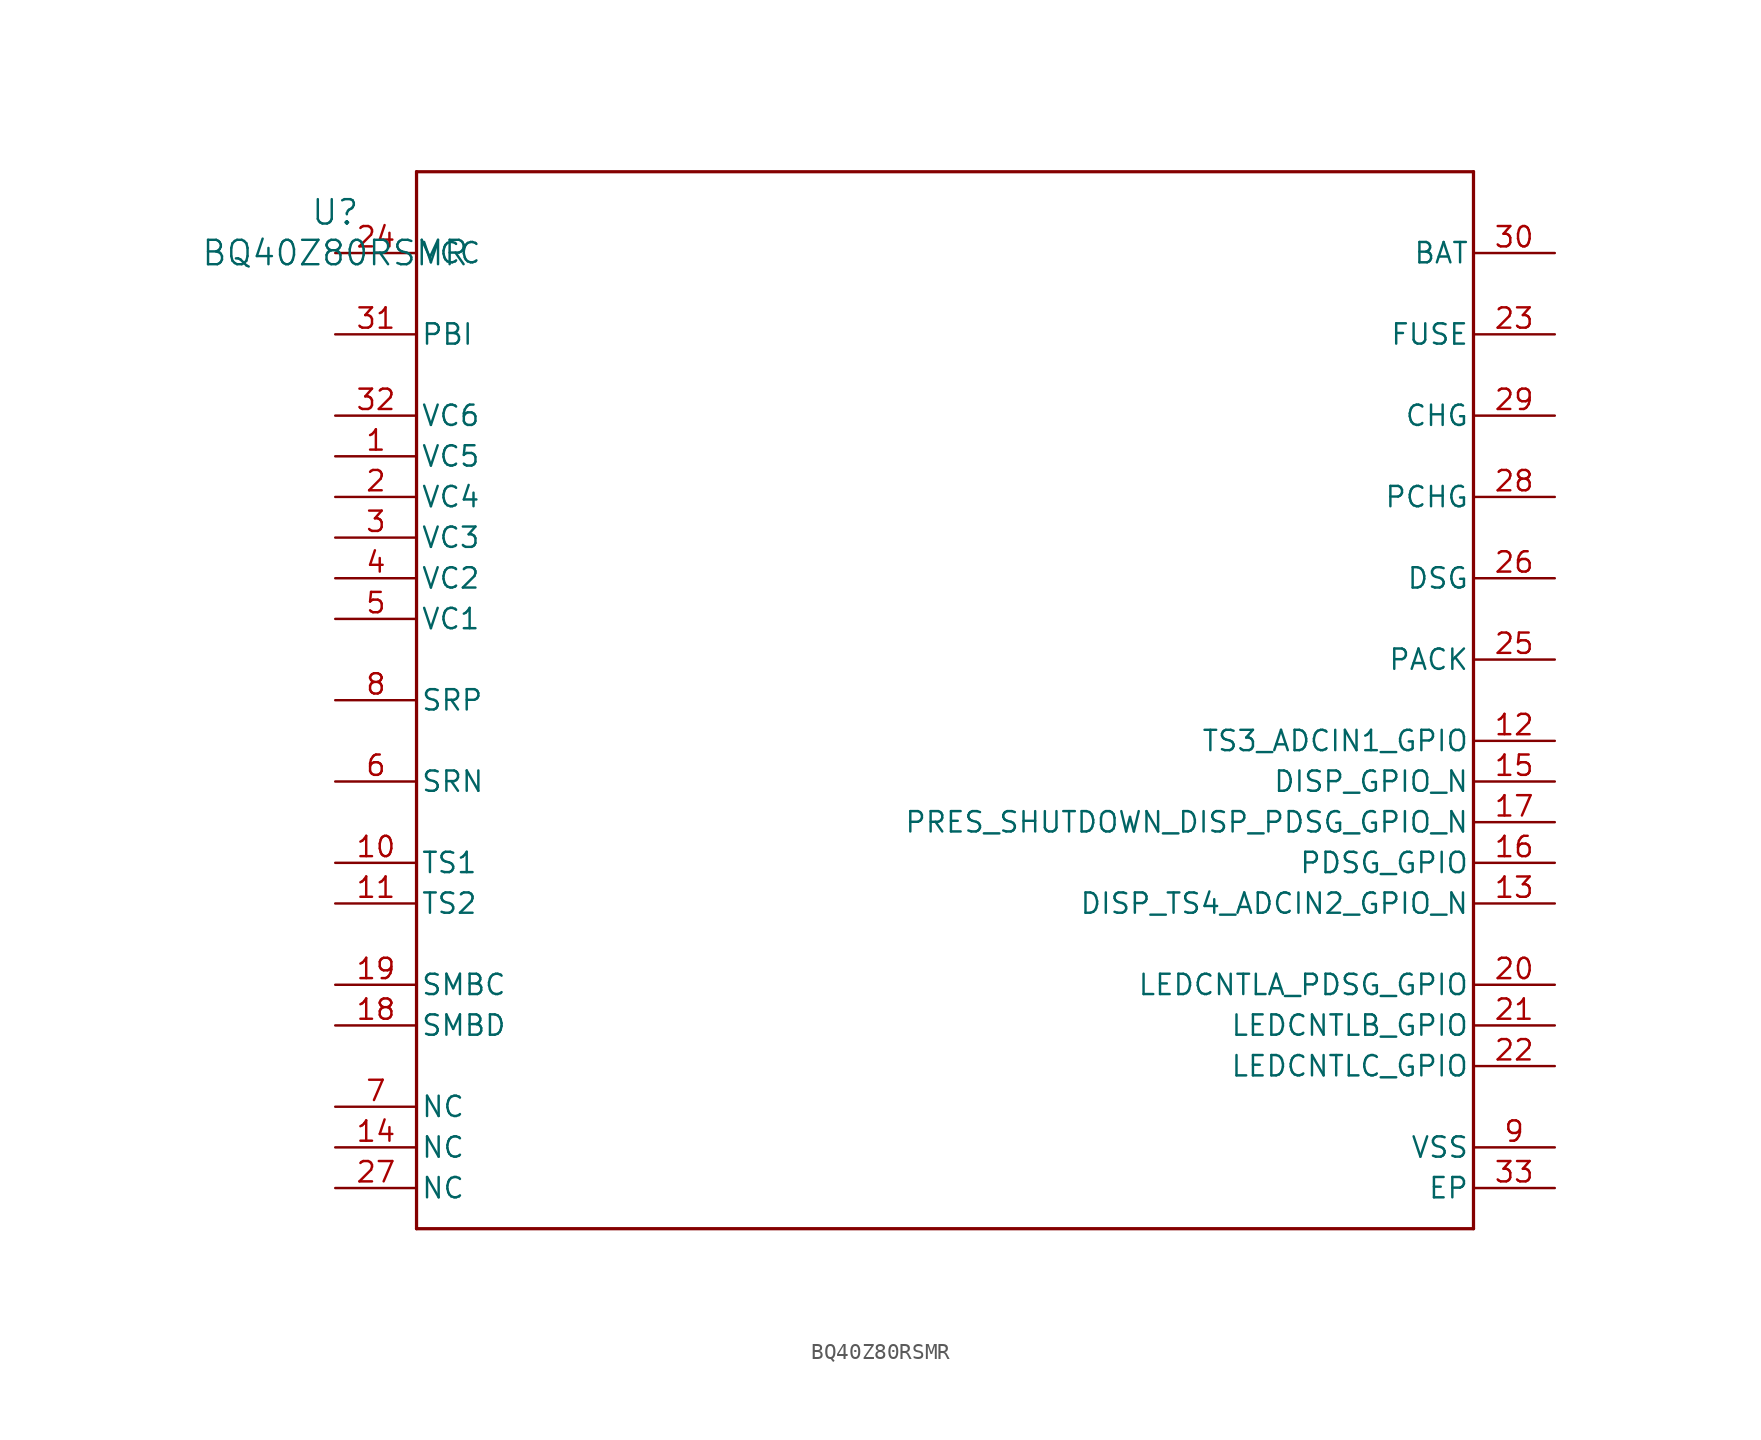
<source format=kicad_sym>
(kicad_symbol_lib
  (version 20241209)
  (generator "kicad_symbol_editor")
  (generator_version "9.0")
  (symbol "BQ40Z80RSMR"
    (pin_names
      (offset 0.254))
    (property "Reference" "U"
      (at 0 2.54 0)
      (effects (font (size 1.524 1.524))))
    (property "Value" "BQ40Z80RSMR"
      (at 0 0 0)
      (effects (font (size 1.524 1.524))))
    (symbol "BQ40Z80RSMR_0_1"
      (polyline (pts (xy 5.08 5.08) (xy 5.08 -60.96)) (stroke (width 0.203) (type default)) (fill (type none)))
      (polyline (pts (xy 5.08 -60.96) (xy 71.12 -60.96)) (stroke (width 0.203) (type default)) (fill (type none)))
      (polyline (pts (xy 71.12 5.08) (xy 5.08 5.08)) (stroke (width 0.203) (type default)) (fill (type none)))
      (polyline (pts (xy 71.12 -60.96) (xy 71.12 5.08)) (stroke (width 0.203) (type default)) (fill (type none)))
      (pin power_in line (at 0 0 0) (length 5.08) (name "VCC" (effects (font (size 1.27 1.27)))) (number "24" (effects (font (size 1.27 1.27)))))
      (pin power_in line (at 0 -5.08 0) (length 5.08) (name "PBI" (effects (font (size 1.27 1.27)))) (number "31" (effects (font (size 1.27 1.27)))))
      (pin unspecified line (at 0 -10.16 0) (length 5.08) (name "VC6" (effects (font (size 1.27 1.27)))) (number "32" (effects (font (size 1.27 1.27)))))
      (pin unspecified line (at 0 -12.7 0) (length 5.08) (name "VC5" (effects (font (size 1.27 1.27)))) (number "1" (effects (font (size 1.27 1.27)))))
      (pin unspecified line (at 0 -15.24 0) (length 5.08) (name "VC4" (effects (font (size 1.27 1.27)))) (number "2" (effects (font (size 1.27 1.27)))))
      (pin unspecified line (at 0 -17.78 0) (length 5.08) (name "VC3" (effects (font (size 1.27 1.27)))) (number "3" (effects (font (size 1.27 1.27)))))
      (pin unspecified line (at 0 -20.32 0) (length 5.08) (name "VC2" (effects (font (size 1.27 1.27)))) (number "4" (effects (font (size 1.27 1.27)))))
      (pin unspecified line (at 0 -22.86 0) (length 5.08) (name "VC1" (effects (font (size 1.27 1.27)))) (number "5" (effects (font (size 1.27 1.27)))))
      (pin unspecified line (at 0 -27.94 0) (length 5.08) (name "SRP" (effects (font (size 1.27 1.27)))) (number "8" (effects (font (size 1.27 1.27)))))
      (pin unspecified line (at 0 -33.02 0) (length 5.08) (name "SRN" (effects (font (size 1.27 1.27)))) (number "6" (effects (font (size 1.27 1.27)))))
      (pin unspecified line (at 0 -38.1 0) (length 5.08) (name "TS1" (effects (font (size 1.27 1.27)))) (number "10" (effects (font (size 1.27 1.27)))))
      (pin unspecified line (at 0 -40.64 0) (length 5.08) (name "TS2" (effects (font (size 1.27 1.27)))) (number "11" (effects (font (size 1.27 1.27)))))
      (pin bidirectional line (at 0 -45.72 0) (length 5.08) (name "SMBC" (effects (font (size 1.27 1.27)))) (number "19" (effects (font (size 1.27 1.27)))))
      (pin bidirectional line (at 0 -48.26 0) (length 5.08) (name "SMBD" (effects (font (size 1.27 1.27)))) (number "18" (effects (font (size 1.27 1.27)))))
      (pin unspecified line (at 0 -53.34 0) (length 5.08) (name "NC" (effects (font (size 1.27 1.27)))) (number "7" (effects (font (size 1.27 1.27)))))
      (pin unspecified line (at 0 -55.88 0) (length 5.08) (name "NC" (effects (font (size 1.27 1.27)))) (number "14" (effects (font (size 1.27 1.27)))))
      (pin unspecified line (at 0 -58.42 0) (length 5.08) (name "NC" (effects (font (size 1.27 1.27)))) (number "27" (effects (font (size 1.27 1.27)))))
      (pin power_in line (at 76.2 0 180) (length 5.08) (name "BAT" (effects (font (size 1.27 1.27)))) (number "30" (effects (font (size 1.27 1.27)))))
      (pin unspecified line (at 76.2 -5.08 180) (length 5.08) (name "FUSE" (effects (font (size 1.27 1.27)))) (number "23" (effects (font (size 1.27 1.27)))))
      (pin unspecified line (at 76.2 -10.16 180) (length 5.08) (name "CHG" (effects (font (size 1.27 1.27)))) (number "29" (effects (font (size 1.27 1.27)))))
      (pin unspecified line (at 76.2 -15.24 180) (length 5.08) (name "PCHG" (effects (font (size 1.27 1.27)))) (number "28" (effects (font (size 1.27 1.27)))))
      (pin unspecified line (at 76.2 -20.32 180) (length 5.08) (name "DSG" (effects (font (size 1.27 1.27)))) (number "26" (effects (font (size 1.27 1.27)))))
      (pin unspecified line (at 76.2 -25.4 180) (length 5.08) (name "PACK" (effects (font (size 1.27 1.27)))) (number "25" (effects (font (size 1.27 1.27)))))
      (pin bidirectional line (at 76.2 -30.48 180) (length 5.08) (name "TS3_ADCIN1_GPIO" (effects (font (size 1.27 1.27)))) (number "12" (effects (font (size 1.27 1.27)))))
      (pin unspecified line (at 76.2 -33.02 180) (length 5.08) (name "DISP_GPIO_N" (effects (font (size 1.27 1.27)))) (number "15" (effects (font (size 1.27 1.27)))))
      (pin unspecified line (at 76.2 -35.56 180) (length 5.08) (name "PRES_SHUTDOWN_DISP_PDSG_GPIO_N" (effects (font (size 1.27 1.27)))) (number "17" (effects (font (size 1.27 1.27)))))
      (pin unspecified line (at 76.2 -38.1 180) (length 5.08) (name "PDSG_GPIO" (effects (font (size 1.27 1.27)))) (number "16" (effects (font (size 1.27 1.27)))))
      (pin unspecified line (at 76.2 -40.64 180) (length 5.08) (name "DISP_TS4_ADCIN2_GPIO_N" (effects (font (size 1.27 1.27)))) (number "13" (effects (font (size 1.27 1.27)))))
      (pin bidirectional line (at 76.2 -45.72 180) (length 5.08) (name "LEDCNTLA_PDSG_GPIO" (effects (font (size 1.27 1.27)))) (number "20" (effects (font (size 1.27 1.27)))))
      (pin bidirectional line (at 76.2 -48.26 180) (length 5.08) (name "LEDCNTLB_GPIO" (effects (font (size 1.27 1.27)))) (number "21" (effects (font (size 1.27 1.27)))))
      (pin bidirectional line (at 76.2 -50.8 180) (length 5.08) (name "LEDCNTLC_GPIO" (effects (font (size 1.27 1.27)))) (number "22" (effects (font (size 1.27 1.27)))))
      (pin power_in line (at 76.2 -55.88 180) (length 5.08) (name "VSS" (effects (font (size 1.27 1.27)))) (number "9" (effects (font (size 1.27 1.27)))))
      (pin unspecified line (at 76.2 -58.42 180) (length 5.08) (name "EP" (effects (font (size 1.27 1.27)))) (number "33" (effects (font (size 1.27 1.27))))))))
</source>
